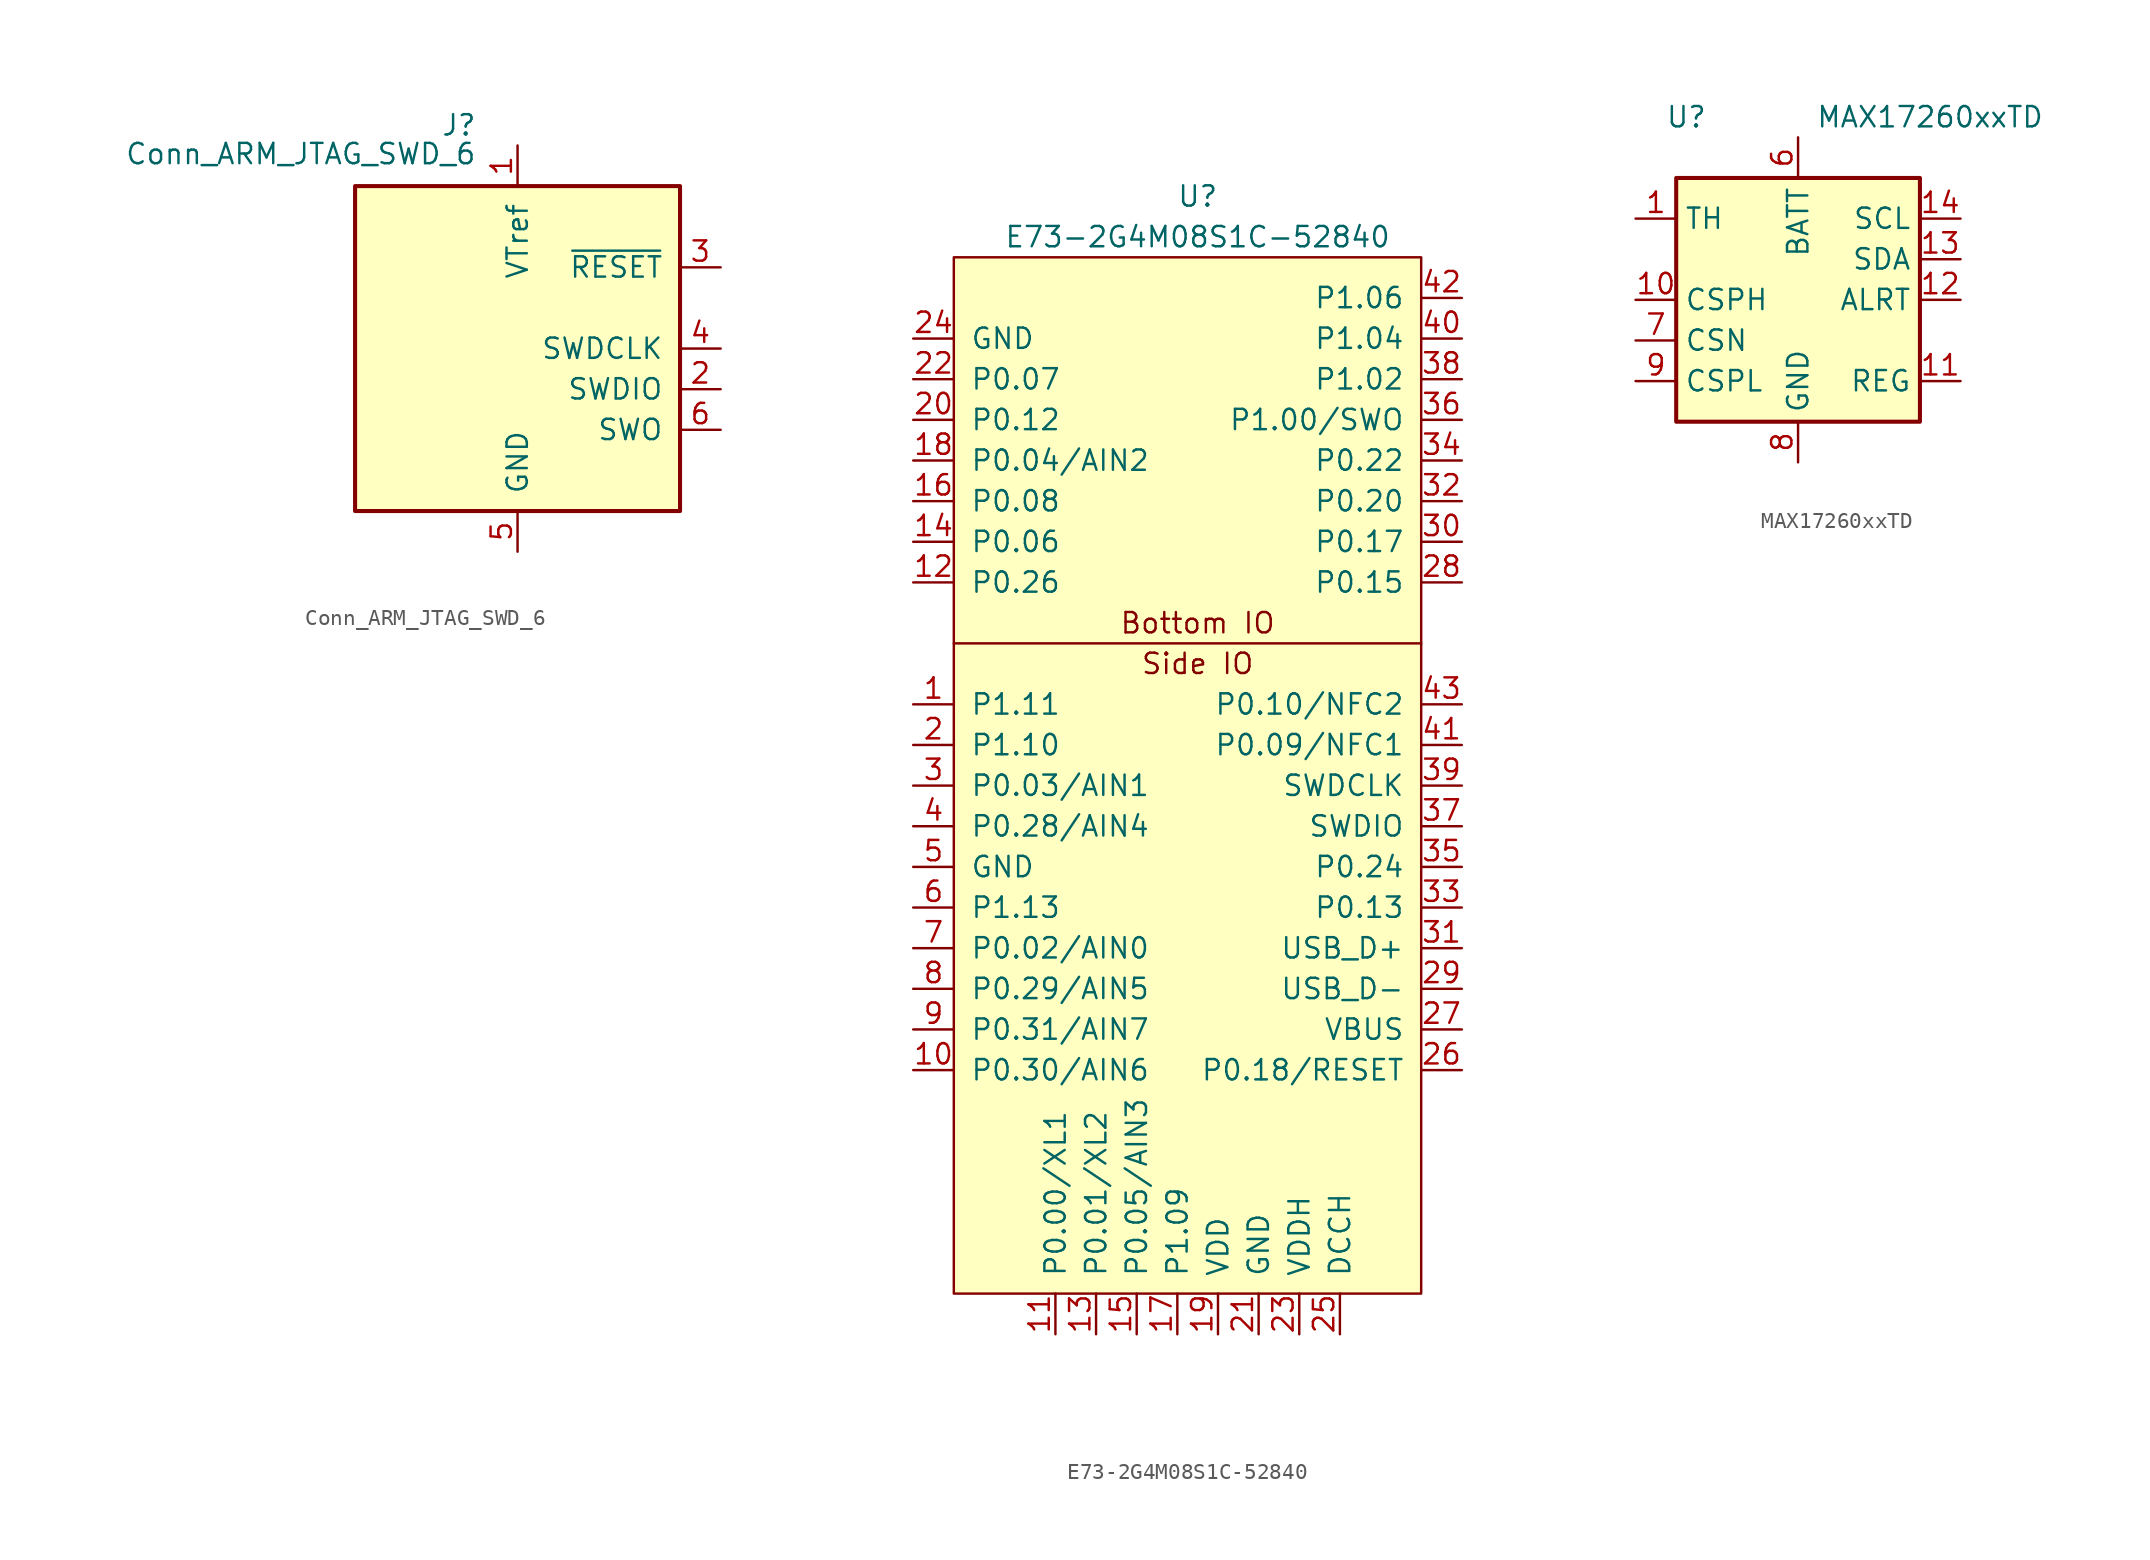
<source format=kicad_sym>
(kicad_symbol_lib
  (version 20201005)
  (generator kicad_symbol_editor)
  (symbol "numpad:Conn_ARM_JTAG_SWD_6"
    (pin_names
      (offset 1.016))
    (property "Reference" "J"
      (at -2.54 13.97 0)
      (effects (font (size 1.27 1.27)) (justify right)))
    (property "Value" "Conn_ARM_JTAG_SWD_6"
      (at -2.54 11.43 0)
      (effects (font (size 1.27 1.27)) (justify right bottom)))
    (symbol "Conn_ARM_JTAG_SWD_6_0_1"
      (rectangle (start -10.16 10.16) (end 10.16 -10.16) (stroke (width 0.254)) (fill (type background))))
    (symbol "Conn_ARM_JTAG_SWD_6_1_1"
      (pin power_in line (at 0 12.7 270) (length 2.54) (name "VTref" (effects (font (size 1.27 1.27)))) (number "1" (effects (font (size 1.27 1.27)))))
      (pin bidirectional line (at 12.7 -2.54 180) (length 2.54) (name "SWDIO" (effects (font (size 1.27 1.27)))) (number "2" (effects (font (size 1.27 1.27)))))
      (pin open_collector line (at 12.7 5.08 180) (length 2.54) (name "~RESET~" (effects (font (size 1.27 1.27)))) (number "3" (effects (font (size 1.27 1.27)))))
      (pin output line (at 12.7 0 180) (length 2.54) (name "SWDCLK" (effects (font (size 1.27 1.27)))) (number "4" (effects (font (size 1.27 1.27)))))
      (pin power_in line (at 0 -12.7 90) (length 2.54) (name "GND" (effects (font (size 1.27 1.27)))) (number "5" (effects (font (size 1.27 1.27)))))
      (pin input line (at 12.7 -5.08 180) (length 2.54) (name "SWO" (effects (font (size 1.27 1.27)))) (number "6" (effects (font (size 1.27 1.27)))))))
  (symbol "numpad:E73-2G4M08S1C-52840"
    (pin_names
      (offset 1.016))
    (property "Reference" "U"
      (at 0 38.1 0)
      (effects (font (size 1.27 1.27))))
    (property "Value" "E73-2G4M08S1C-52840"
      (at 0 35.56 0)
      (effects (font (size 1.27 1.27))))
    (symbol "E73-2G4M08S1C-52840_0_0"
      (text "Bottom IO" (at 0 11.43 0) (effects (font (size 1.27 1.27))))
      (text "Side IO" (at 0 8.89 0) (effects (font (size 1.27 1.27))))
      (polyline (pts (xy -15.24 10.16) (xy 13.97 10.16)) (stroke (width 0)) (fill (type none))))
    (symbol "E73-2G4M08S1C-52840_0_1"
      (rectangle (start -15.24 34.29) (end 13.97 -30.48) (stroke (width 0)) (fill (type background))))
    (symbol "E73-2G4M08S1C-52840_1_1"
      (pin input line (at -17.78 6.35 0) (length 2.54) (name "P1.11" (effects (font (size 1.27 1.27)))) (number "1" (effects (font (size 1.27 1.27)))))
      (pin input line (at -17.78 -16.51 0) (length 2.54) (name "P0.30/AIN6" (effects (font (size 1.27 1.27)))) (number "10" (effects (font (size 1.27 1.27)))))
      (pin input line (at -8.89 -33.02 90) (length 2.54) (name "P0.00/XL1" (effects (font (size 1.27 1.27)))) (number "11" (effects (font (size 1.27 1.27)))))
      (pin input line (at -17.78 13.97 0) (length 2.54) (name "P0.26" (effects (font (size 1.27 1.27)))) (number "12" (effects (font (size 1.27 1.27)))))
      (pin input line (at -6.35 -33.02 90) (length 2.54) (name "P0.01/XL2" (effects (font (size 1.27 1.27)))) (number "13" (effects (font (size 1.27 1.27)))))
      (pin input line (at -17.78 16.51 0) (length 2.54) (name "P0.06" (effects (font (size 1.27 1.27)))) (number "14" (effects (font (size 1.27 1.27)))))
      (pin input line (at -3.81 -33.02 90) (length 2.54) (name "P0.05/AIN3" (effects (font (size 1.27 1.27)))) (number "15" (effects (font (size 1.27 1.27)))))
      (pin input line (at -17.78 19.05 0) (length 2.54) (name "P0.08" (effects (font (size 1.27 1.27)))) (number "16" (effects (font (size 1.27 1.27)))))
      (pin input line (at -1.27 -33.02 90) (length 2.54) (name "P1.09" (effects (font (size 1.27 1.27)))) (number "17" (effects (font (size 1.27 1.27)))))
      (pin input line (at -17.78 21.59 0) (length 2.54) (name "P0.04/AIN2" (effects (font (size 1.27 1.27)))) (number "18" (effects (font (size 1.27 1.27)))))
      (pin power_in line (at 1.27 -33.02 90) (length 2.54) (name "VDD" (effects (font (size 1.27 1.27)))) (number "19" (effects (font (size 1.27 1.27)))))
      (pin input line (at -17.78 3.81 0) (length 2.54) (name "P1.10" (effects (font (size 1.27 1.27)))) (number "2" (effects (font (size 1.27 1.27)))))
      (pin input line (at -17.78 24.13 0) (length 2.54) (name "P0.12" (effects (font (size 1.27 1.27)))) (number "20" (effects (font (size 1.27 1.27)))))
      (pin power_in line (at 3.81 -33.02 90) (length 2.54) (name "GND" (effects (font (size 1.27 1.27)))) (number "21" (effects (font (size 1.27 1.27)))))
      (pin input line (at -17.78 26.67 0) (length 2.54) (name "P0.07" (effects (font (size 1.27 1.27)))) (number "22" (effects (font (size 1.27 1.27)))))
      (pin power_in line (at 6.35 -33.02 90) (length 2.54) (name "VDDH" (effects (font (size 1.27 1.27)))) (number "23" (effects (font (size 1.27 1.27)))))
      (pin power_in line (at -17.78 29.21 0) (length 2.54) (name "GND" (effects (font (size 1.27 1.27)))) (number "24" (effects (font (size 1.27 1.27)))))
      (pin power_out line (at 8.89 -33.02 90) (length 2.54) (name "DCCH" (effects (font (size 1.27 1.27)))) (number "25" (effects (font (size 1.27 1.27)))))
      (pin input line (at 16.51 -16.51 180) (length 2.54) (name "P0.18/RESET" (effects (font (size 1.27 1.27)))) (number "26" (effects (font (size 1.27 1.27)))))
      (pin power_in line (at 16.51 -13.97 180) (length 2.54) (name "VBUS" (effects (font (size 1.27 1.27)))) (number "27" (effects (font (size 1.27 1.27)))))
      (pin power_in line (at 16.51 13.97 180) (length 2.54) (name "P0.15" (effects (font (size 1.27 1.27)))) (number "28" (effects (font (size 1.27 1.27)))))
      (pin input line (at 16.51 -11.43 180) (length 2.54) (name "USB_D-" (effects (font (size 1.27 1.27)))) (number "29" (effects (font (size 1.27 1.27)))))
      (pin input line (at -17.78 1.27 0) (length 2.54) (name "P0.03/AIN1" (effects (font (size 1.27 1.27)))) (number "3" (effects (font (size 1.27 1.27)))))
      (pin input line (at 16.51 16.51 180) (length 2.54) (name "P0.17" (effects (font (size 1.27 1.27)))) (number "30" (effects (font (size 1.27 1.27)))))
      (pin input line (at 16.51 -8.89 180) (length 2.54) (name "USB_D+" (effects (font (size 1.27 1.27)))) (number "31" (effects (font (size 1.27 1.27)))))
      (pin input line (at 16.51 19.05 180) (length 2.54) (name "P0.20" (effects (font (size 1.27 1.27)))) (number "32" (effects (font (size 1.27 1.27)))))
      (pin input line (at 16.51 -6.35 180) (length 2.54) (name "P0.13" (effects (font (size 1.27 1.27)))) (number "33" (effects (font (size 1.27 1.27)))))
      (pin input line (at 16.51 21.59 180) (length 2.54) (name "P0.22" (effects (font (size 1.27 1.27)))) (number "34" (effects (font (size 1.27 1.27)))))
      (pin input line (at 16.51 -3.81 180) (length 2.54) (name "P0.24" (effects (font (size 1.27 1.27)))) (number "35" (effects (font (size 1.27 1.27)))))
      (pin output line (at 16.51 24.13 180) (length 2.54) (name "P1.00/SWO" (effects (font (size 1.27 1.27)))) (number "36" (effects (font (size 1.27 1.27)))))
      (pin input line (at 16.51 -1.27 180) (length 2.54) (name "SWDIO" (effects (font (size 1.27 1.27)))) (number "37" (effects (font (size 1.27 1.27)))))
      (pin input line (at 16.51 26.67 180) (length 2.54) (name "P1.02" (effects (font (size 1.27 1.27)))) (number "38" (effects (font (size 1.27 1.27)))))
      (pin input line (at 16.51 1.27 180) (length 2.54) (name "SWDCLK" (effects (font (size 1.27 1.27)))) (number "39" (effects (font (size 1.27 1.27)))))
      (pin input line (at -17.78 -1.27 0) (length 2.54) (name "P0.28/AIN4" (effects (font (size 1.27 1.27)))) (number "4" (effects (font (size 1.27 1.27)))))
      (pin input line (at 16.51 29.21 180) (length 2.54) (name "P1.04" (effects (font (size 1.27 1.27)))) (number "40" (effects (font (size 1.27 1.27)))))
      (pin input line (at 16.51 3.81 180) (length 2.54) (name "P0.09/NFC1" (effects (font (size 1.27 1.27)))) (number "41" (effects (font (size 1.27 1.27)))))
      (pin input line (at 16.51 31.75 180) (length 2.54) (name "P1.06" (effects (font (size 1.27 1.27)))) (number "42" (effects (font (size 1.27 1.27)))))
      (pin input line (at 16.51 6.35 180) (length 2.54) (name "P0.10/NFC2" (effects (font (size 1.27 1.27)))) (number "43" (effects (font (size 1.27 1.27)))))
      (pin power_in line (at -17.78 -3.81 0) (length 2.54) (name "GND" (effects (font (size 1.27 1.27)))) (number "5" (effects (font (size 1.27 1.27)))))
      (pin input line (at -17.78 -6.35 0) (length 2.54) (name "P1.13" (effects (font (size 1.27 1.27)))) (number "6" (effects (font (size 1.27 1.27)))))
      (pin input line (at -17.78 -8.89 0) (length 2.54) (name "P0.02/AIN0" (effects (font (size 1.27 1.27)))) (number "7" (effects (font (size 1.27 1.27)))))
      (pin input line (at -17.78 -11.43 0) (length 2.54) (name "P0.29/AIN5" (effects (font (size 1.27 1.27)))) (number "8" (effects (font (size 1.27 1.27)))))
      (pin input line (at -17.78 -13.97 0) (length 2.54) (name "P0.31/AIN7" (effects (font (size 1.27 1.27)))) (number "9" (effects (font (size 1.27 1.27)))))))
  (symbol "numpad:MAX17260xxTD"
    (property "Reference" "U"
      (at -6.985 11.43 0)
      (effects (font (size 1.27 1.27))))
    (property "Value" "MAX17260xxTD"
      (at 8.255 11.43 0)
      (effects (font (size 1.27 1.27))))
    (symbol "MAX17260xxTD_0_1"
      (rectangle (start -7.62 7.62) (end 7.62 -7.62) (stroke (width 0.254)) (fill (type background))))
    (symbol "MAX17260xxTD_1_1"
      (pin passive line (at -10.16 5.08 0) (length 2.54) (name "TH" (effects (font (size 1.27 1.27)))) (number "1" (effects (font (size 1.27 1.27)))))
      (pin passive line (at -10.16 0 0) (length 2.54) (name "CSPH" (effects (font (size 1.27 1.27)))) (number "10" (effects (font (size 1.27 1.27)))))
      (pin power_out line (at 10.16 -5.08 180) (length 2.54) (name "REG" (effects (font (size 1.27 1.27)))) (number "11" (effects (font (size 1.27 1.27)))))
      (pin output line (at 10.16 0 180) (length 2.54) (name "ALRT" (effects (font (size 1.27 1.27)))) (number "12" (effects (font (size 1.27 1.27)))))
      (pin bidirectional line (at 10.16 2.54 180) (length 2.54) (name "SDA" (effects (font (size 1.27 1.27)))) (number "13" (effects (font (size 1.27 1.27)))))
      (pin input line (at 10.16 5.08 180) (length 2.54) (name "SCL" (effects (font (size 1.27 1.27)))) (number "14" (effects (font (size 1.27 1.27)))))
      (pin passive line (at 0 -10.16 90) (length 2.54) hide (name "GND" (effects (font (size 1.27 1.27)))) (number "15" (effects (font (size 1.27 1.27)))))
      (pin no_connect line (at 2.54 -7.62 90) (length 2.54) hide (name "NC" (effects (font (size 1.27 1.27)))) (number "2" (effects (font (size 1.27 1.27)))))
      (pin no_connect line (at -5.08 -7.62 90) (length 2.54) hide (name "NC" (effects (font (size 1.27 1.27)))) (number "3" (effects (font (size 1.27 1.27)))))
      (pin no_connect line (at -2.54 -7.62 90) (length 2.54) hide (name "NC" (effects (font (size 1.27 1.27)))) (number "4" (effects (font (size 1.27 1.27)))))
      (pin no_connect line (at 5.08 -7.62 90) (length 2.54) hide (name "NC" (effects (font (size 1.27 1.27)))) (number "5" (effects (font (size 1.27 1.27)))))
      (pin power_in line (at 0 10.16 270) (length 2.54) (name "BATT" (effects (font (size 1.27 1.27)))) (number "6" (effects (font (size 1.27 1.27)))))
      (pin passive line (at -10.16 -2.54 0) (length 2.54) (name "CSN" (effects (font (size 1.27 1.27)))) (number "7" (effects (font (size 1.27 1.27)))))
      (pin power_in line (at 0 -10.16 90) (length 2.54) (name "GND" (effects (font (size 1.27 1.27)))) (number "8" (effects (font (size 1.27 1.27)))))
      (pin passive line (at -10.16 -5.08 0) (length 2.54) (name "CSPL" (effects (font (size 1.27 1.27)))) (number "9" (effects (font (size 1.27 1.27))))))))
</source>
